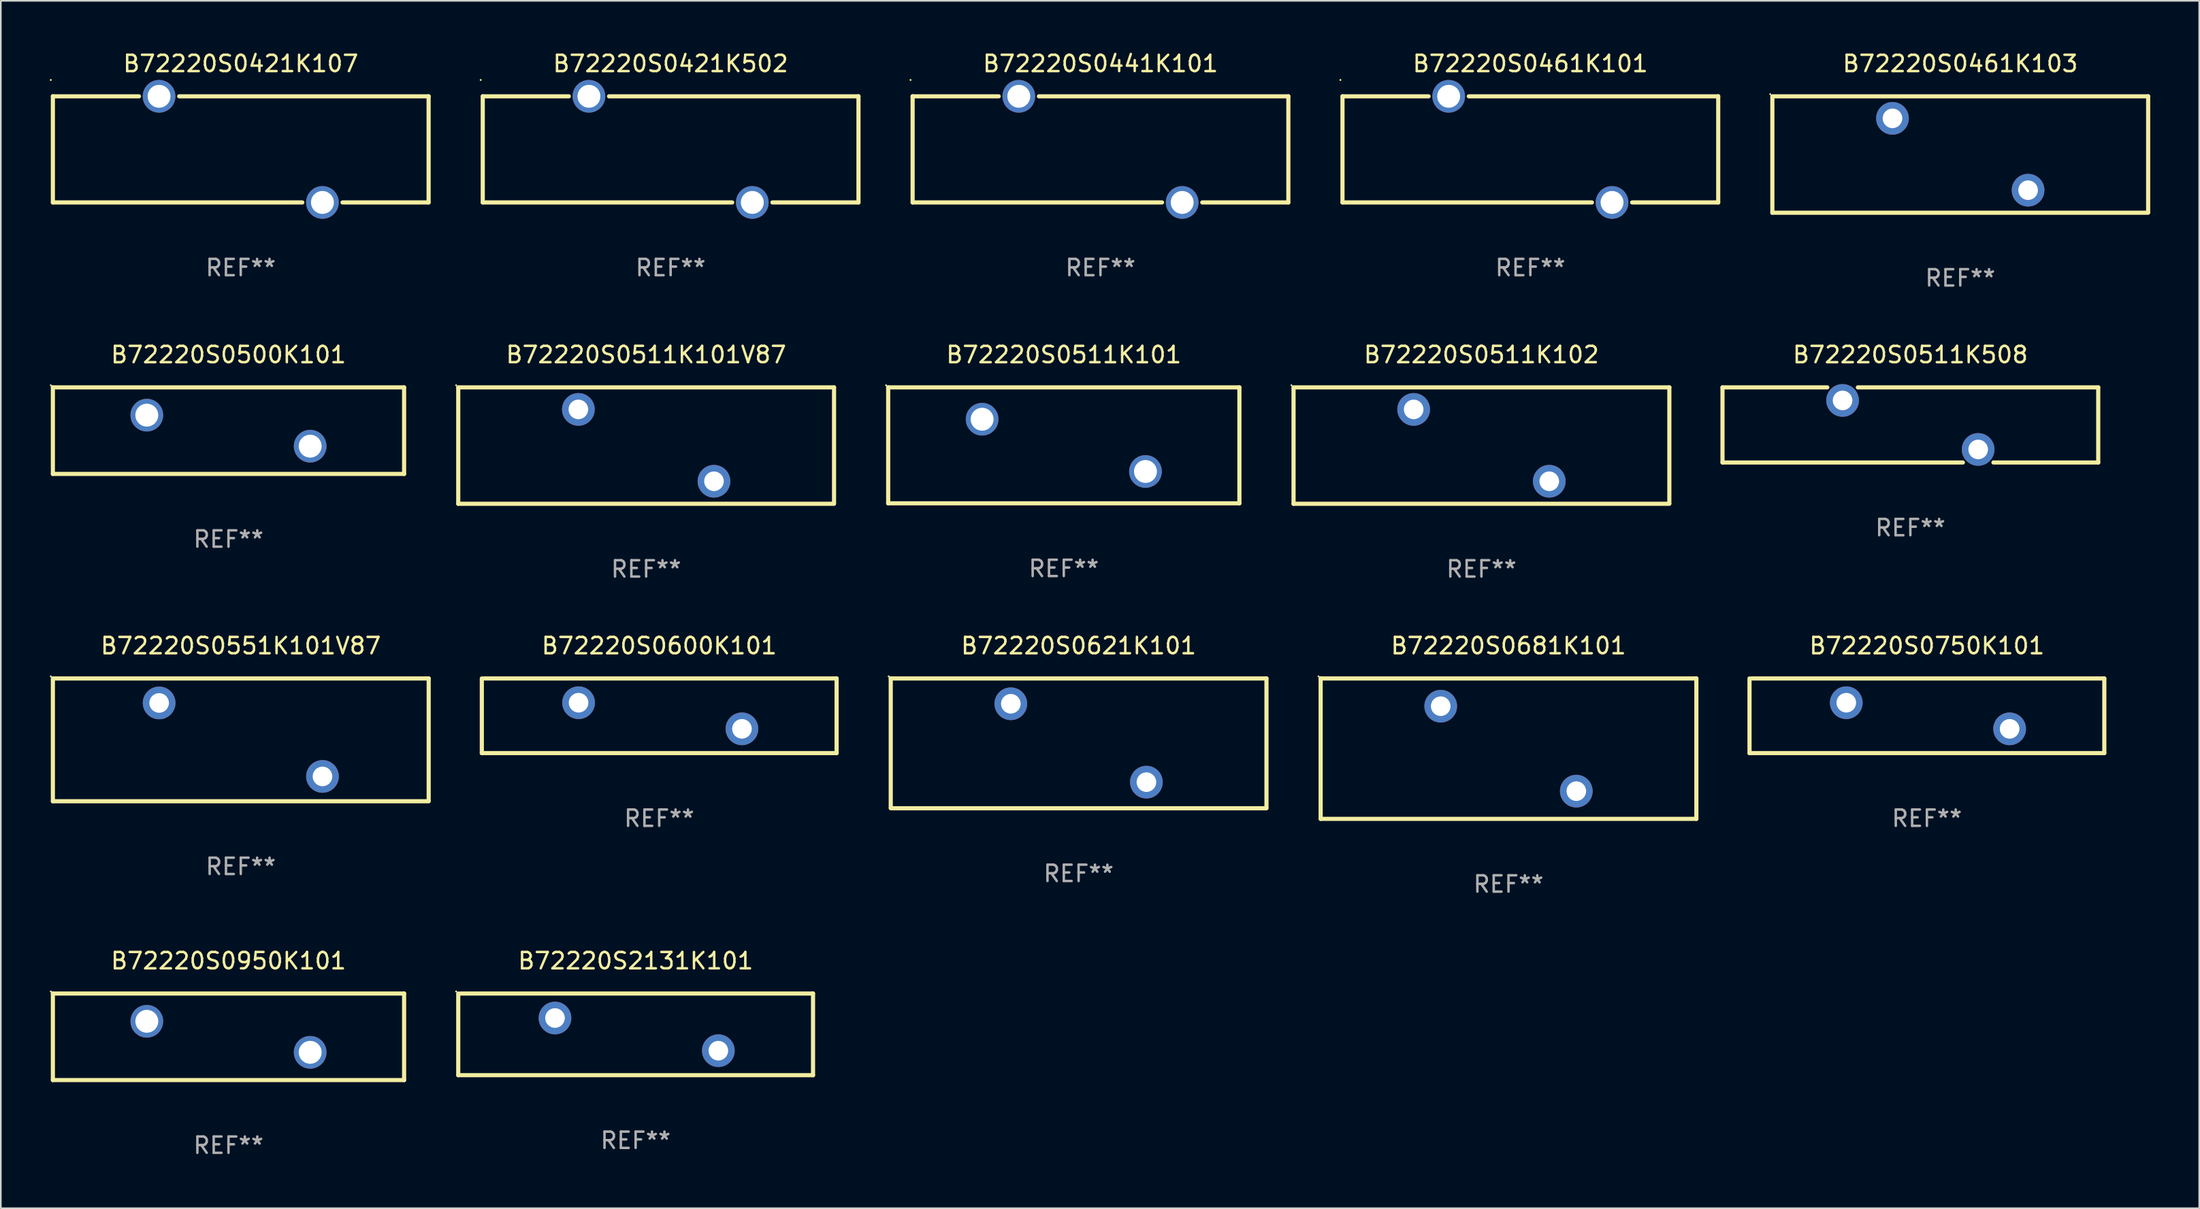
<source format=kicad_pcb>
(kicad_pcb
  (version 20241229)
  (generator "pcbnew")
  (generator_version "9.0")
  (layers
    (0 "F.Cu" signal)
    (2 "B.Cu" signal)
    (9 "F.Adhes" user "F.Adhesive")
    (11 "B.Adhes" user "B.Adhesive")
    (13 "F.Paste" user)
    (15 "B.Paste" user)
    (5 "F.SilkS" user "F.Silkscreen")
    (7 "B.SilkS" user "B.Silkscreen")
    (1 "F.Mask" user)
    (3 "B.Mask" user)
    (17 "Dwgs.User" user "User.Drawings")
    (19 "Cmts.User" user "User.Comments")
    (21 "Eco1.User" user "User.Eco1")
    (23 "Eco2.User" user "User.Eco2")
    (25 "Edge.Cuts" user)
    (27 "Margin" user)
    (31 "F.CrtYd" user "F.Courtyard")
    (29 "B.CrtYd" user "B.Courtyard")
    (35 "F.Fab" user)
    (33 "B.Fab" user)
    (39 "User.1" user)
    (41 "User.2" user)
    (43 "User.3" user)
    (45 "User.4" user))
  (footprint "B72220S0511K101V87"
    (layer "F.Cu")
    (at 36.503 24.239)
    (property "Reference" "B72220S0511K101V87" (at 0 -5.565 0) (layer "F.SilkS") (effects (font (size 1 1) (thickness 0.15))))
    (attr through_hole)
    (fp_line (start -11.502 3.565) (end -11.502 -3.537) (stroke (width 0.254) (type solid)) (layer "F.SilkS"))
    (fp_line (start -11.498 -3.565) (end 11.502 -3.565) (stroke (width 0.254) (type solid)) (layer "F.SilkS"))
    (fp_line (start 11.5 3.565) (end -11.502 3.565) (stroke (width 0.254) (type solid)) (layer "F.SilkS"))
    (fp_line (start 11.502 -3.565) (end 11.502 3.535) (stroke (width 0.254) (type solid)) (layer "F.SilkS"))
    (fp_circle (center -11.629 -3.692) (end -11.599 -3.692) (stroke (width 0.06) (type solid)) (fill no) (layer "F.SilkS"))
    (fp_text user "REF**" (at 0 7.565 0) (layer "F.Fab") (effects (font (size 1 1) (thickness 0.15))))
    (pad "1" thru_hole circle (at -4.149 -2.215) (size 2 2) (drill 1.2) (layers "*.Cu" "*.Mask"))
    (pad "2" thru_hole circle (at 4.152 2.185) (size 2 2) (drill 1.2) (layers "*.Cu" "*.Mask")))
  (footprint "B72220S0421K107"
    (layer "F.Cu")
    (at 11.687 6.098)
    (property "Reference" "B72220S0421K107" (at 0 -5.25 0) (layer "F.SilkS") (effects (font (size 1 1) (thickness 0.15))))
    (attr through_hole)
    (fp_line (start -11.5 -3.25) (end -6.231 -3.25) (stroke (width 0.254) (type solid)) (layer "F.SilkS"))
    (fp_line (start -11.5 3.25) (end -11.5 -3.25) (stroke (width 0.254) (type solid)) (layer "F.SilkS"))
    (fp_line (start -3.769 -3.25) (end 11.5 -3.25) (stroke (width 0.254) (type solid)) (layer "F.SilkS"))
    (fp_line (start 3.769 3.25) (end -11.5 3.25) (stroke (width 0.254) (type solid)) (layer "F.SilkS"))
    (fp_line (start 11.5 -3.25) (end 11.5 3.25) (stroke (width 0.254) (type solid)) (layer "F.SilkS"))
    (fp_line (start 11.5 3.25) (end 6.231 3.25) (stroke (width 0.254) (type solid)) (layer "F.SilkS"))
    (fp_circle (center -11.627 -4.25) (end -11.597 -4.25) (stroke (width 0.06) (type solid)) (fill no) (layer "F.SilkS"))
    (fp_text user "REF**" (at 0 7.25 0) (layer "F.Fab") (effects (font (size 1 1) (thickness 0.15))))
    (pad "1" thru_hole circle (at -5 -3.25) (size 2 2) (drill 1.4) (layers "*.Cu" "*.Mask"))
    (pad "2" thru_hole circle (at 5 3.25) (size 2 2) (drill 1.4) (layers "*.Cu" "*.Mask")))
  (footprint "B72220S0600K101"
    (layer "F.Cu")
    (at 37.303 40.787)
    (property "Reference" "B72220S0600K101" (at 0 -4.286 0) (layer "F.SilkS") (effects (font (size 1 1) (thickness 0.15))))
    (attr through_hole)
    (fp_line (start -10.859 2.286) (end -10.859 -2.286) (stroke (width 0.254) (type solid)) (layer "F.SilkS"))
    (fp_line (start -10.732 -2.286) (end 10.859 -2.286) (stroke (width 0.254) (type solid)) (layer "F.SilkS"))
    (fp_line (start 10.859 -2.286) (end 10.859 2.286) (stroke (width 0.254) (type solid)) (layer "F.SilkS"))
    (fp_line (start 10.859 2.286) (end -10.859 2.286) (stroke (width 0.254) (type solid)) (layer "F.SilkS"))
    (fp_circle (center -10.687 -2.3) (end -10.657 -2.3) (stroke (width 0.06) (type solid)) (fill no) (layer "F.SilkS"))
    (fp_text user "REF**" (at 0 6.286 0) (layer "F.Fab") (effects (font (size 1 1) (thickness 0.15))))
    (pad "1" thru_hole circle (at -4.936 -0.8) (size 2 2) (drill 1.2) (layers "*.Cu" "*.Mask"))
    (pad "2" thru_hole circle (at 5.064 0.8) (size 2 2) (drill 1.2) (layers "*.Cu" "*.Mask")))
  (footprint "B72220S0551K101V87"
    (layer "F.Cu")
    (at 11.689 42.261)
    (property "Reference" "B72220S0551K101V87" (at 0 -5.76 0) (layer "F.SilkS") (effects (font (size 1 1) (thickness 0.15))))
    (attr through_hole)
    (fp_line (start -11.502 3.76) (end -11.502 -3.738) (stroke (width 0.254) (type solid)) (layer "F.SilkS"))
    (fp_line (start -11.498 -3.76) (end 11.502 -3.76) (stroke (width 0.254) (type solid)) (layer "F.SilkS"))
    (fp_line (start 11.501 3.76) (end -11.502 3.76) (stroke (width 0.254) (type solid)) (layer "F.SilkS"))
    (fp_line (start 11.502 -3.76) (end 11.502 3.74) (stroke (width 0.254) (type solid)) (layer "F.SilkS"))
    (fp_circle (center -11.629 -3.887) (end -11.599 -3.887) (stroke (width 0.06) (type solid)) (fill no) (layer "F.SilkS"))
    (fp_text user "REF**" (at 0 7.76 0) (layer "F.Fab") (effects (font (size 1 1) (thickness 0.15))))
    (pad "1" thru_hole circle (at -4.998 -2.26) (size 2 2) (drill 1.2) (layers "*.Cu" "*.Mask"))
    (pad "2" thru_hole circle (at 5.002 2.24) (size 2 2) (drill 1.2) (layers "*.Cu" "*.Mask")))
  (footprint "B72220S0511K101"
    (layer "F.Cu")
    (at 62.069 24.225)
    (property "Reference" "B72220S0511K101" (at 0 -5.55 0) (layer "F.SilkS") (effects (font (size 1 1) (thickness 0.15))))
    (attr through_hole)
    (fp_line (start -10.75 -3.55) (end 10.75 -3.55) (stroke (width 0.254) (type solid)) (layer "F.SilkS"))
    (fp_line (start -10.75 3.55) (end -10.75 -3.55) (stroke (width 0.254) (type solid)) (layer "F.SilkS"))
    (fp_line (start 10.75 -3.55) (end 10.75 3.55) (stroke (width 0.254) (type solid)) (layer "F.SilkS"))
    (fp_line (start 10.75 3.55) (end -10.75 3.55) (stroke (width 0.254) (type solid)) (layer "F.SilkS"))
    (fp_circle (center -10.877 -3.677) (end -10.847 -3.677) (stroke (width 0.06) (type solid)) (fill no) (layer "F.SilkS"))
    (fp_text user "REF**" (at 0 7.55 0) (layer "F.Fab") (effects (font (size 1 1) (thickness 0.15))))
    (pad "1" thru_hole circle (at -5 -1.6) (size 2 2) (drill 1.4) (layers "*.Cu" "*.Mask"))
    (pad "2" thru_hole circle (at 5 1.6) (size 2 2) (drill 1.4) (layers "*.Cu" "*.Mask")))
  (footprint "B72220S0500K101"
    (layer "F.Cu")
    (at 10.937 23.325)
    (property "Reference" "B72220S0500K101" (at 0 -4.65 0) (layer "F.SilkS") (effects (font (size 1 1) (thickness 0.15))))
    (attr through_hole)
    (fp_line (start -10.75 -2.65) (end 10.75 -2.65) (stroke (width 0.254) (type solid)) (layer "F.SilkS"))
    (fp_line (start -10.75 2.65) (end -10.75 -2.65) (stroke (width 0.254) (type solid)) (layer "F.SilkS"))
    (fp_line (start 10.75 -2.65) (end 10.75 2.65) (stroke (width 0.254) (type solid)) (layer "F.SilkS"))
    (fp_line (start 10.75 2.65) (end -10.75 2.65) (stroke (width 0.254) (type solid)) (layer "F.SilkS"))
    (fp_circle (center -10.877 -2.777) (end -10.847 -2.777) (stroke (width 0.06) (type solid)) (fill no) (layer "F.SilkS"))
    (fp_text user "REF**" (at 0 6.65 0) (layer "F.Fab") (effects (font (size 1 1) (thickness 0.15))))
    (pad "1" thru_hole circle (at -5 -0.95) (size 2 2) (drill 1.4) (layers "*.Cu" "*.Mask"))
    (pad "2" thru_hole circle (at 5 0.95) (size 2 2) (drill 1.4) (layers "*.Cu" "*.Mask")))
  (footprint "B72220S0461K101"
    (layer "F.Cu")
    (at 90.629 6.098)
    (property "Reference" "B72220S0461K101" (at 0 -5.25 0) (layer "F.SilkS") (effects (font (size 1 1) (thickness 0.15))))
    (attr through_hole)
    (fp_line (start -11.5 -3.25) (end -6.231 -3.25) (stroke (width 0.254) (type solid)) (layer "F.SilkS"))
    (fp_line (start -11.5 3.25) (end -11.5 -3.25) (stroke (width 0.254) (type solid)) (layer "F.SilkS"))
    (fp_line (start -3.769 -3.25) (end 11.5 -3.25) (stroke (width 0.254) (type solid)) (layer "F.SilkS"))
    (fp_line (start 3.769 3.25) (end -11.5 3.25) (stroke (width 0.254) (type solid)) (layer "F.SilkS"))
    (fp_line (start 11.5 -3.25) (end 11.5 3.25) (stroke (width 0.254) (type solid)) (layer "F.SilkS"))
    (fp_line (start 11.5 3.25) (end 6.231 3.25) (stroke (width 0.254) (type solid)) (layer "F.SilkS"))
    (fp_circle (center -11.627 -4.25) (end -11.597 -4.25) (stroke (width 0.06) (type solid)) (fill no) (layer "F.SilkS"))
    (fp_text user "REF**" (at 0 7.25 0) (layer "F.Fab") (effects (font (size 1 1) (thickness 0.15))))
    (pad "1" thru_hole circle (at -5 -3.25) (size 2 2) (drill 1.4) (layers "*.Cu" "*.Mask"))
    (pad "2" thru_hole circle (at 5 3.25) (size 2 2) (drill 1.4) (layers "*.Cu" "*.Mask")))
  (footprint "B72220S0950K101"
    (layer "F.Cu")
    (at 10.937 60.448)
    (property "Reference" "B72220S0950K101" (at 0 -4.65 0) (layer "F.SilkS") (effects (font (size 1 1) (thickness 0.15))))
    (attr through_hole)
    (fp_line (start -10.75 -2.65) (end 10.75 -2.65) (stroke (width 0.254) (type solid)) (layer "F.SilkS"))
    (fp_line (start -10.75 2.65) (end -10.75 -2.65) (stroke (width 0.254) (type solid)) (layer "F.SilkS"))
    (fp_line (start 10.75 -2.65) (end 10.75 2.65) (stroke (width 0.254) (type solid)) (layer "F.SilkS"))
    (fp_line (start 10.75 2.65) (end -10.75 2.65) (stroke (width 0.254) (type solid)) (layer "F.SilkS"))
    (fp_circle (center -10.877 -2.777) (end -10.847 -2.777) (stroke (width 0.06) (type solid)) (fill no) (layer "F.SilkS"))
    (fp_text user "REF**" (at 0 6.65 0) (layer "F.Fab") (effects (font (size 1 1) (thickness 0.15))))
    (pad "1" thru_hole circle (at -5 -0.95) (size 2 2) (drill 1.4) (layers "*.Cu" "*.Mask"))
    (pad "2" thru_hole circle (at 5 0.95) (size 2 2) (drill 1.4) (layers "*.Cu" "*.Mask")))
  (footprint "B72220S0461K103"
    (layer "F.Cu")
    (at 116.945 6.413)
    (property "Reference" "B72220S0461K103" (at 0 -5.565 0) (layer "F.SilkS") (effects (font (size 1 1) (thickness 0.15))))
    (attr through_hole)
    (fp_line (start -11.502 3.565) (end -11.502 -3.537) (stroke (width 0.254) (type solid)) (layer "F.SilkS"))
    (fp_line (start -11.498 -3.565) (end 11.502 -3.565) (stroke (width 0.254) (type solid)) (layer "F.SilkS"))
    (fp_line (start 11.5 3.565) (end -11.502 3.565) (stroke (width 0.254) (type solid)) (layer "F.SilkS"))
    (fp_line (start 11.502 -3.565) (end 11.502 3.535) (stroke (width 0.254) (type solid)) (layer "F.SilkS"))
    (fp_circle (center -11.629 -3.692) (end -11.599 -3.692) (stroke (width 0.06) (type solid)) (fill no) (layer "F.SilkS"))
    (fp_text user "REF**" (at 0 7.565 0) (layer "F.Fab") (effects (font (size 1 1) (thickness 0.15))))
    (pad "1" thru_hole circle (at -4.149 -2.215) (size 2 2) (drill 1.2) (layers "*.Cu" "*.Mask"))
    (pad "2" thru_hole circle (at 4.152 2.185) (size 2 2) (drill 1.2) (layers "*.Cu" "*.Mask")))
  (footprint "B72220S0441K101"
    (layer "F.Cu")
    (at 64.315 6.098)
    (property "Reference" "B72220S0441K101" (at 0 -5.25 0) (layer "F.SilkS") (effects (font (size 1 1) (thickness 0.15))))
    (attr through_hole)
    (fp_line (start -11.5 -3.25) (end -6.231 -3.25) (stroke (width 0.254) (type solid)) (layer "F.SilkS"))
    (fp_line (start -11.5 3.25) (end -11.5 -3.25) (stroke (width 0.254) (type solid)) (layer "F.SilkS"))
    (fp_line (start -3.769 -3.25) (end 11.5 -3.25) (stroke (width 0.254) (type solid)) (layer "F.SilkS"))
    (fp_line (start 3.769 3.25) (end -11.5 3.25) (stroke (width 0.254) (type solid)) (layer "F.SilkS"))
    (fp_line (start 11.5 -3.25) (end 11.5 3.25) (stroke (width 0.254) (type solid)) (layer "F.SilkS"))
    (fp_line (start 11.5 3.25) (end 6.231 3.25) (stroke (width 0.254) (type solid)) (layer "F.SilkS"))
    (fp_circle (center -11.627 -4.25) (end -11.597 -4.25) (stroke (width 0.06) (type solid)) (fill no) (layer "F.SilkS"))
    (fp_text user "REF**" (at 0 7.25 0) (layer "F.Fab") (effects (font (size 1 1) (thickness 0.15))))
    (pad "1" thru_hole circle (at -5 -3.25) (size 2 2) (drill 1.4) (layers "*.Cu" "*.Mask"))
    (pad "2" thru_hole circle (at 5 3.25) (size 2 2) (drill 1.4) (layers "*.Cu" "*.Mask")))
  (footprint "B72220S0511K508"
    (layer "F.Cu")
    (at 113.891 22.975)
    (property "Reference" "B72220S0511K508" (at 0 -4.3 0) (layer "F.SilkS") (effects (font (size 1 1) (thickness 0.15))))
    (attr through_hole)
    (fp_line (start -11.5 -2.3) (end -5.086 -2.3) (stroke (width 0.254) (type solid)) (layer "F.SilkS"))
    (fp_line (start -11.5 2.3) (end -11.5 -2.3) (stroke (width 0.254) (type solid)) (layer "F.SilkS"))
    (fp_line (start -3.215 -2.3) (end 11.5 -2.3) (stroke (width 0.254) (type solid)) (layer "F.SilkS"))
    (fp_line (start 3.214 2.3) (end -11.5 2.3) (stroke (width 0.254) (type solid)) (layer "F.SilkS"))
    (fp_line (start 11.5 -2.3) (end 11.5 2.3) (stroke (width 0.254) (type solid)) (layer "F.SilkS"))
    (fp_line (start 11.5 2.3) (end 5.086 2.3) (stroke (width 0.254) (type solid)) (layer "F.SilkS"))
    (fp_circle (center -11.5 -2.3) (end -11.47 -2.3) (stroke (width 0.06) (type solid)) (fill no) (layer "F.SilkS"))
    (fp_text user "REF**" (at 0 6.3 0) (layer "F.Fab") (effects (font (size 1 1) (thickness 0.15))))
    (pad "1" thru_hole circle (at -4.15 -1.501) (size 2 2) (drill 1.2) (layers "*.Cu" "*.Mask"))
    (pad "2" thru_hole circle (at 4.15 1.501) (size 2 2) (drill 1.2) (layers "*.Cu" "*.Mask")))
  (footprint "B72220S0421K502"
    (layer "F.Cu")
    (at 38.001 6.098)
    (property "Reference" "B72220S0421K502" (at 0 -5.25 0) (layer "F.SilkS") (effects (font (size 1 1) (thickness 0.15))))
    (attr through_hole)
    (fp_line (start -11.5 -3.25) (end -6.231 -3.25) (stroke (width 0.254) (type solid)) (layer "F.SilkS"))
    (fp_line (start -11.5 3.25) (end -11.5 -3.25) (stroke (width 0.254) (type solid)) (layer "F.SilkS"))
    (fp_line (start -3.769 -3.25) (end 11.5 -3.25) (stroke (width 0.254) (type solid)) (layer "F.SilkS"))
    (fp_line (start 3.769 3.25) (end -11.5 3.25) (stroke (width 0.254) (type solid)) (layer "F.SilkS"))
    (fp_line (start 11.5 -3.25) (end 11.5 3.25) (stroke (width 0.254) (type solid)) (layer "F.SilkS"))
    (fp_line (start 11.5 3.25) (end 6.231 3.25) (stroke (width 0.254) (type solid)) (layer "F.SilkS"))
    (fp_circle (center -11.627 -4.25) (end -11.597 -4.25) (stroke (width 0.06) (type solid)) (fill no) (layer "F.SilkS"))
    (fp_text user "REF**" (at 0 7.25 0) (layer "F.Fab") (effects (font (size 1 1) (thickness 0.15))))
    (pad "1" thru_hole circle (at -5 -3.25) (size 2 2) (drill 1.4) (layers "*.Cu" "*.Mask"))
    (pad "2" thru_hole circle (at 5 3.25) (size 2 2) (drill 1.4) (layers "*.Cu" "*.Mask")))
  (footprint "B72220S0750K101"
    (layer "F.Cu")
    (at 114.904 40.787)
    (property "Reference" "B72220S0750K101" (at 0 -4.286 0) (layer "F.SilkS") (effects (font (size 1 1) (thickness 0.15))))
    (attr through_hole)
    (fp_line (start -10.859 2.286) (end -10.859 -2.286) (stroke (width 0.254) (type solid)) (layer "F.SilkS"))
    (fp_line (start -10.732 -2.286) (end 10.859 -2.286) (stroke (width 0.254) (type solid)) (layer "F.SilkS"))
    (fp_line (start 10.859 -2.286) (end 10.859 2.286) (stroke (width 0.254) (type solid)) (layer "F.SilkS"))
    (fp_line (start 10.859 2.286) (end -10.859 2.286) (stroke (width 0.254) (type solid)) (layer "F.SilkS"))
    (fp_circle (center -10.687 -2.3) (end -10.657 -2.3) (stroke (width 0.06) (type solid)) (fill no) (layer "F.SilkS"))
    (fp_text user "REF**" (at 0 6.286 0) (layer "F.Fab") (effects (font (size 1 1) (thickness 0.15))))
    (pad "1" thru_hole circle (at -4.936 -0.8) (size 2 2) (drill 1.2) (layers "*.Cu" "*.Mask"))
    (pad "2" thru_hole circle (at 5.064 0.8) (size 2 2) (drill 1.2) (layers "*.Cu" "*.Mask")))
  (footprint "B72220S0621K101"
    (layer "F.Cu")
    (at 62.976 42.476)
    (property "Reference" "B72220S0621K101" (at 0 -5.975 0) (layer "F.SilkS") (effects (font (size 1 1) (thickness 0.15))))
    (attr through_hole)
    (fp_line (start -11.5 -3.975) (end 11.5 -3.975) (stroke (width 0.254) (type solid)) (layer "F.SilkS"))
    (fp_line (start -11.5 3.925) (end -11.5 -3.974) (stroke (width 0.254) (type solid)) (layer "F.SilkS"))
    (fp_line (start 11.5 3.975) (end -11.5 3.975) (stroke (width 0.254) (type solid)) (layer "F.SilkS"))
    (fp_line (start 11.5 -3.975) (end 11.5 3.925) (stroke (width 0.254) (type solid)) (layer "F.SilkS"))
    (fp_circle (center -11.627 -4.102) (end -11.597 -4.102) (stroke (width 0.06) (type solid)) (fill no) (layer "F.SilkS"))
    (fp_text user "REF**" (at 0 7.975 0) (layer "F.Fab") (effects (font (size 1 1) (thickness 0.15))))
    (pad "1" thru_hole circle (at -4.15 -2.425) (size 2 2) (drill 1.2) (layers "*.Cu" "*.Mask"))
    (pad "2" thru_hole circle (at 4.15 2.375) (size 2 2) (drill 1.2) (layers "*.Cu" "*.Mask")))
  (footprint "B72220S2131K101"
    (layer "F.Cu")
    (at 35.86 60.298)
    (property "Reference" "B72220S2131K101" (at 0 -4.5 0) (layer "F.SilkS") (effects (font (size 1 1) (thickness 0.15))))
    (attr through_hole)
    (fp_line (start -10.859 2.5) (end -10.859 -2.5) (stroke (width 0.254) (type solid)) (layer "F.SilkS"))
    (fp_line (start -10.732 -2.5) (end 10.859 -2.5) (stroke (width 0.254) (type solid)) (layer "F.SilkS"))
    (fp_line (start 10.859 -2.5) (end 10.859 2.5) (stroke (width 0.254) (type solid)) (layer "F.SilkS"))
    (fp_line (start 10.859 2.5) (end -10.859 2.5) (stroke (width 0.254) (type solid)) (layer "F.SilkS"))
    (fp_circle (center -10.986 -2.627) (end -10.956 -2.627) (stroke (width 0.06) (type solid)) (fill no) (layer "F.SilkS"))
    (fp_text user "REF**" (at 0 6.5 0) (layer "F.Fab") (effects (font (size 1 1) (thickness 0.15))))
    (pad "1" thru_hole circle (at -4.937 -1) (size 2 2) (drill 1.2) (layers "*.Cu" "*.Mask"))
    (pad "2" thru_hole circle (at 5.063 1) (size 2 2) (drill 1.2) (layers "*.Cu" "*.Mask")))
  (footprint "B72220S0681K101"
    (layer "F.Cu")
    (at 89.291 42.801)
    (property "Reference" "B72220S0681K101" (at 0 -6.3 0) (layer "F.SilkS") (effects (font (size 1 1) (thickness 0.15))))
    (attr through_hole)
    (fp_line (start -11.499 -4.3) (end 11.501 -4.3) (stroke (width 0.254) (type solid)) (layer "F.SilkS"))
    (fp_line (start -11.499 4.3) (end -11.499 -4.3) (stroke (width 0.254) (type solid)) (layer "F.SilkS"))
    (fp_line (start 11.501 -4.3) (end 11.501 4.3) (stroke (width 0.254) (type solid)) (layer "F.SilkS"))
    (fp_line (start 11.501 4.3) (end -11.501 4.3) (stroke (width 0.254) (type solid)) (layer "F.SilkS"))
    (fp_circle (center -11.628 -4.427) (end -11.598 -4.427) (stroke (width 0.06) (type solid)) (fill no) (layer "F.SilkS"))
    (fp_text user "REF**" (at 0 8.3 0) (layer "F.Fab") (effects (font (size 1 1) (thickness 0.15))))
    (pad "1" thru_hole circle (at -4.149 -2.601) (size 2 2) (drill 1.2) (layers "*.Cu" "*.Mask"))
    (pad "2" thru_hole circle (at 4.151 2.601) (size 2 2) (drill 1.2) (layers "*.Cu" "*.Mask")))
  (footprint "B72220S0511K102"
    (layer "F.Cu")
    (at 87.635 24.239)
    (property "Reference" "B72220S0511K102" (at 0 -5.565 0) (layer "F.SilkS") (effects (font (size 1 1) (thickness 0.15))))
    (attr through_hole)
    (fp_line (start -11.502 3.565) (end -11.502 -3.537) (stroke (width 0.254) (type solid)) (layer "F.SilkS"))
    (fp_line (start -11.498 -3.565) (end 11.502 -3.565) (stroke (width 0.254) (type solid)) (layer "F.SilkS"))
    (fp_line (start 11.5 3.565) (end -11.502 3.565) (stroke (width 0.254) (type solid)) (layer "F.SilkS"))
    (fp_line (start 11.502 -3.565) (end 11.502 3.535) (stroke (width 0.254) (type solid)) (layer "F.SilkS"))
    (fp_circle (center -11.629 -3.692) (end -11.599 -3.692) (stroke (width 0.06) (type solid)) (fill no) (layer "F.SilkS"))
    (fp_text user "REF**" (at 0 7.565 0) (layer "F.Fab") (effects (font (size 1 1) (thickness 0.15))))
    (pad "1" thru_hole circle (at -4.149 -2.215) (size 2 2) (drill 1.2) (layers "*.Cu" "*.Mask"))
    (pad "2" thru_hole circle (at 4.152 2.185) (size 2 2) (drill 1.2) (layers "*.Cu" "*.Mask")))
  (gr_rect
    (start -3 -3)
    (end 131.574 70.946)
    (stroke (width 0.1) (type default))
    (fill no)
    (layer "Edge.Cuts")))
</source>
